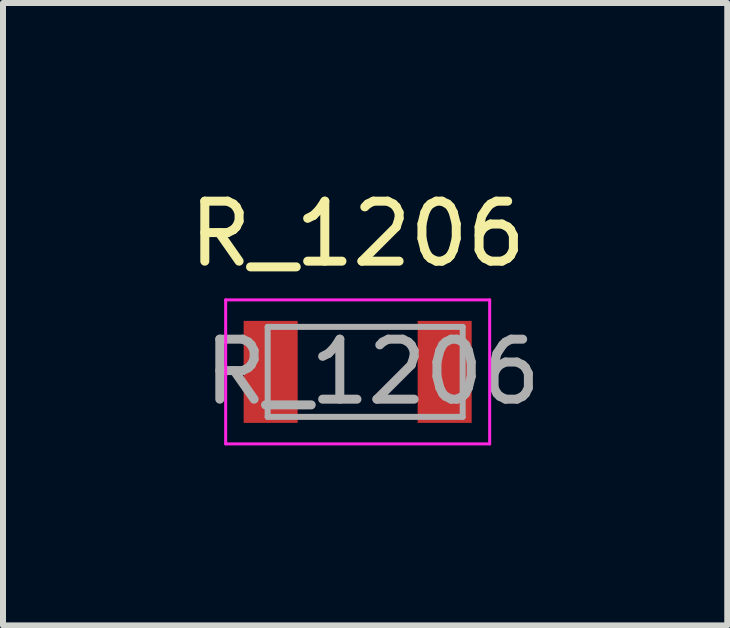
<source format=kicad_pcb>
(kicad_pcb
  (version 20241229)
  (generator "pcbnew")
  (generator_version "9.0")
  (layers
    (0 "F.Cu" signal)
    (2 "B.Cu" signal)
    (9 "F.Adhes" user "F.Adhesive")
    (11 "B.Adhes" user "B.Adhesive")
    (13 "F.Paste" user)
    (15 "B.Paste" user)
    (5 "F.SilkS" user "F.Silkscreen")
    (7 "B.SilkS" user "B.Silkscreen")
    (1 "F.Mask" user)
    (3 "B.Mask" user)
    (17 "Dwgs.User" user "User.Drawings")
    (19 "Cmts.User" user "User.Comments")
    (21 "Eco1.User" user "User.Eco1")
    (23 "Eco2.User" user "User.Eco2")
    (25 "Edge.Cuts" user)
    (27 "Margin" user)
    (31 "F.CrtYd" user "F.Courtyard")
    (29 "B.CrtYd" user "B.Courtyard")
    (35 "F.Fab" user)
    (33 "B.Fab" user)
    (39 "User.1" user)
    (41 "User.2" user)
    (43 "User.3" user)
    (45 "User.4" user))
  (footprint "R_1206"
    (layer "F.Cu")
    (at 2.911 3.148)
    (property "Reference" "R_1206" (at 0 -2.3 0) (layer "F.SilkS") (effects (font (size 1 1) (thickness 0.15))))
    (attr smd)
    (fp_line (start -2.2 -1.2) (end -2.2 1.2) (stroke (width 0.05) (type solid)) (layer "F.CrtYd"))
    (fp_line (start -2.2 -1.2) (end 2.2 -1.2) (stroke (width 0.05) (type solid)) (layer "F.CrtYd"))
    (fp_line (start -2.2 1.2) (end 2.2 1.2) (stroke (width 0.05) (type solid)) (layer "F.CrtYd"))
    (fp_line (start 2.2 -1.2) (end 2.2 1.2) (stroke (width 0.05) (type solid)) (layer "F.CrtYd"))
    (fp_line (start -1.5 -0.75) (end 1.75 -0.75) (stroke (width 0.1) (type solid)) (layer "F.Fab"))
    (fp_line (start -1.5 0.75) (end -1.5 -0.75) (stroke (width 0.1) (type solid)) (layer "F.Fab"))
    (fp_line (start 1.75 -0.75) (end 1.75 0.75) (stroke (width 0.1) (type solid)) (layer "F.Fab"))
    (fp_line (start 1.75 0.75) (end -1.5 0.75) (stroke (width 0.1) (type solid)) (layer "F.Fab"))
    (fp_text user "${REFERENCE}" (at 0.25 0 0) (layer "F.Fab") (effects (font (size 1 1) (thickness 0.15))))
    (pad "1" smd rect (at -1.45 0) (size 0.9 1.7) (layers "F.Cu" "F.Mask" "F.Paste"))
    (pad "2" smd rect (at 1.45 0) (size 0.9 1.7) (layers "F.Cu" "F.Mask" "F.Paste")))
  (gr_rect
    (start -3 -3)
    (end 9.071 7.373)
    (stroke (width 0.1) (type default))
    (fill no)
    (layer "Edge.Cuts")))
</source>
